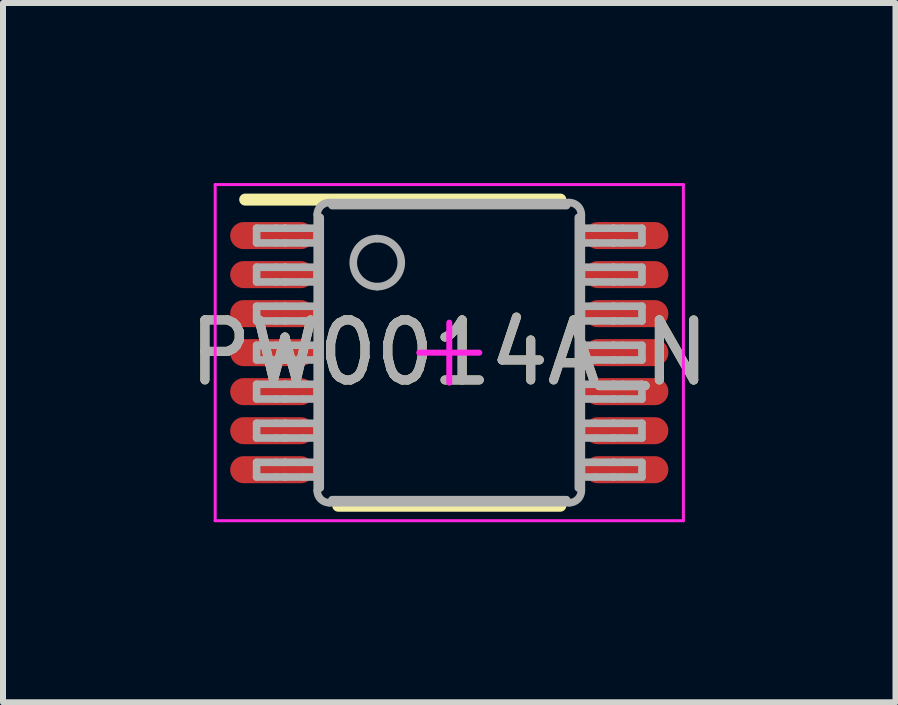
<source format=kicad_pcb>
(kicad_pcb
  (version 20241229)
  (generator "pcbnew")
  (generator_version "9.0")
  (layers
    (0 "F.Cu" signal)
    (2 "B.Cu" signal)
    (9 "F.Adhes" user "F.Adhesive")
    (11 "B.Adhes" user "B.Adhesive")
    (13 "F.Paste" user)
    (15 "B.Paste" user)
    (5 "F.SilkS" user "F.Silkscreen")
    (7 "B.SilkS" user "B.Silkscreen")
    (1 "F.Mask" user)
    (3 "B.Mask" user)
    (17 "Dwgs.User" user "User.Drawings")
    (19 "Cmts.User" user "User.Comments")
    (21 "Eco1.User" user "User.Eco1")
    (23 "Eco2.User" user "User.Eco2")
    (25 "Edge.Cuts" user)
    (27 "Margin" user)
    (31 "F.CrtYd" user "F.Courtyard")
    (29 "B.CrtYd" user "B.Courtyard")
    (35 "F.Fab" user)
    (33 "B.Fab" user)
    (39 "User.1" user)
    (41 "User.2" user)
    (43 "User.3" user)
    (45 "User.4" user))
  (footprint "PW0014A_N"
    (layer "F.Cu")
    (at 4.435 2.825)
    (property "Reference" "PW0014A_N" (at 0 0 0) (unlocked yes) (layer "F.SilkS") (effects (font (size 1 1) (thickness 0.15))))
    (attr smd)
    (fp_line (start -3.4 -2.55) (end 1.85 -2.55) (stroke (width 0.2) (type solid)) (layer "F.SilkS"))
    (fp_line (start -1.85 2.55) (end 1.85 2.55) (stroke (width 0.2) (type solid)) (layer "F.SilkS"))
    (fp_line (start -3.9 -2.8) (end 3.9 -2.8) (stroke (width 0.05) (type solid)) (layer "F.CrtYd"))
    (fp_line (start -3.9 2.8) (end -3.9 -2.8) (stroke (width 0.05) (type solid)) (layer "F.CrtYd"))
    (fp_line (start -3.9 2.8) (end 3.9 2.8) (stroke (width 0.05) (type solid)) (layer "F.CrtYd"))
    (fp_line (start -0.5 0) (end 0.5 0) (stroke (width 0.1) (type solid)) (layer "F.CrtYd"))
    (fp_line (start -0.000003 0.5) (end -0.000003 -0.5) (stroke (width 0.1) (type solid)) (layer "F.CrtYd"))
    (fp_line (start 3.9 2.8) (end 3.9 -2.8) (stroke (width 0.05) (type solid)) (layer "F.CrtYd"))
    (fp_line (start -3.21 -2.073) (end -2.887 -2.073) (stroke (width 0.127) (type solid)) (layer "F.Fab"))
    (fp_line (start -3.21 -1.828) (end -3.21 -2.073) (stroke (width 0.127) (type solid)) (layer "F.Fab"))
    (fp_line (start -3.21 -1.828) (end -2.887 -1.828) (stroke (width 0.127) (type solid)) (layer "F.Fab"))
    (fp_line (start -3.21 -1.423) (end -2.887 -1.423) (stroke (width 0.127) (type solid)) (layer "F.Fab"))
    (fp_line (start -3.21 -1.178) (end -3.21 -1.423) (stroke (width 0.127) (type solid)) (layer "F.Fab"))
    (fp_line (start -3.21 -1.178) (end -2.887 -1.178) (stroke (width 0.127) (type solid)) (layer "F.Fab"))
    (fp_line (start -3.21 -0.773) (end -2.887 -0.773) (stroke (width 0.127) (type solid)) (layer "F.Fab"))
    (fp_line (start -3.21 -0.528) (end -3.21 -0.773) (stroke (width 0.127) (type solid)) (layer "F.Fab"))
    (fp_line (start -3.21 -0.528) (end -2.887 -0.528) (stroke (width 0.127) (type solid)) (layer "F.Fab"))
    (fp_line (start -3.21 -0.123) (end -2.887 -0.123) (stroke (width 0.127) (type solid)) (layer "F.Fab"))
    (fp_line (start -3.21 0.122) (end -3.21 -0.123) (stroke (width 0.127) (type solid)) (layer "F.Fab"))
    (fp_line (start -3.21 0.122) (end -2.887 0.122) (stroke (width 0.127) (type solid)) (layer "F.Fab"))
    (fp_line (start -3.21 0.527) (end -2.887 0.527) (stroke (width 0.127) (type solid)) (layer "F.Fab"))
    (fp_line (start -3.21 0.772) (end -3.21 0.527) (stroke (width 0.127) (type solid)) (layer "F.Fab"))
    (fp_line (start -3.21 0.772) (end -2.887 0.772) (stroke (width 0.127) (type solid)) (layer "F.Fab"))
    (fp_line (start -3.21 1.177) (end -2.887 1.177) (stroke (width 0.127) (type solid)) (layer "F.Fab"))
    (fp_line (start -3.21 1.422) (end -3.21 1.177) (stroke (width 0.127) (type solid)) (layer "F.Fab"))
    (fp_line (start -3.21 1.422) (end -2.887 1.422) (stroke (width 0.127) (type solid)) (layer "F.Fab"))
    (fp_line (start -3.21 1.827) (end -2.887 1.827) (stroke (width 0.127) (type solid)) (layer "F.Fab"))
    (fp_line (start -3.21 2.072) (end -3.21 1.827) (stroke (width 0.127) (type solid)) (layer "F.Fab"))
    (fp_line (start -3.21 2.072) (end -2.887 2.072) (stroke (width 0.127) (type solid)) (layer "F.Fab"))
    (fp_line (start -2.887 -2.073) (end -2.739 -2.073) (stroke (width 0.127) (type solid)) (layer "F.Fab"))
    (fp_line (start -2.887 -1.828) (end -2.739 -1.828) (stroke (width 0.127) (type solid)) (layer "F.Fab"))
    (fp_line (start -2.887 -1.423) (end -2.739 -1.423) (stroke (width 0.127) (type solid)) (layer "F.Fab"))
    (fp_line (start -2.887 -1.178) (end -2.739 -1.178) (stroke (width 0.127) (type solid)) (layer "F.Fab"))
    (fp_line (start -2.887 -0.773) (end -2.739 -0.773) (stroke (width 0.127) (type solid)) (layer "F.Fab"))
    (fp_line (start -2.887 -0.528) (end -2.739 -0.528) (stroke (width 0.127) (type solid)) (layer "F.Fab"))
    (fp_line (start -2.887 -0.123) (end -2.739 -0.123) (stroke (width 0.127) (type solid)) (layer "F.Fab"))
    (fp_line (start -2.887 0.122) (end -2.739 0.122) (stroke (width 0.127) (type solid)) (layer "F.Fab"))
    (fp_line (start -2.887 0.527) (end -2.739 0.527) (stroke (width 0.127) (type solid)) (layer "F.Fab"))
    (fp_line (start -2.887 0.772) (end -2.739 0.772) (stroke (width 0.127) (type solid)) (layer "F.Fab"))
    (fp_line (start -2.887 1.177) (end -2.739 1.177) (stroke (width 0.127) (type solid)) (layer "F.Fab"))
    (fp_line (start -2.887 1.422) (end -2.739 1.422) (stroke (width 0.127) (type solid)) (layer "F.Fab"))
    (fp_line (start -2.887 1.827) (end -2.739 1.827) (stroke (width 0.127) (type solid)) (layer "F.Fab"))
    (fp_line (start -2.887 2.072) (end -2.739 2.072) (stroke (width 0.127) (type solid)) (layer "F.Fab"))
    (fp_line (start -2.739 -2.073) (end -2.733 -2.073) (stroke (width 0.127) (type solid)) (layer "F.Fab"))
    (fp_line (start -2.739 -1.828) (end -2.733 -1.828) (stroke (width 0.127) (type solid)) (layer "F.Fab"))
    (fp_line (start -2.739 -1.423) (end -2.733 -1.423) (stroke (width 0.127) (type solid)) (layer "F.Fab"))
    (fp_line (start -2.739 -1.178) (end -2.733 -1.178) (stroke (width 0.127) (type solid)) (layer "F.Fab"))
    (fp_line (start -2.739 -0.773) (end -2.733 -0.773) (stroke (width 0.127) (type solid)) (layer "F.Fab"))
    (fp_line (start -2.739 -0.528) (end -2.733 -0.528) (stroke (width 0.127) (type solid)) (layer "F.Fab"))
    (fp_line (start -2.739 -0.123) (end -2.733 -0.123) (stroke (width 0.127) (type solid)) (layer "F.Fab"))
    (fp_line (start -2.739 0.122) (end -2.733 0.122) (stroke (width 0.127) (type solid)) (layer "F.Fab"))
    (fp_line (start -2.739 0.527) (end -2.733 0.527) (stroke (width 0.127) (type solid)) (layer "F.Fab"))
    (fp_line (start -2.739 0.772) (end -2.733 0.772) (stroke (width 0.127) (type solid)) (layer "F.Fab"))
    (fp_line (start -2.739 1.177) (end -2.733 1.177) (stroke (width 0.127) (type solid)) (layer "F.Fab"))
    (fp_line (start -2.739 1.422) (end -2.733 1.422) (stroke (width 0.127) (type solid)) (layer "F.Fab"))
    (fp_line (start -2.739 1.827) (end -2.733 1.827) (stroke (width 0.127) (type solid)) (layer "F.Fab"))
    (fp_line (start -2.739 2.072) (end -2.733 2.072) (stroke (width 0.127) (type solid)) (layer "F.Fab"))
    (fp_line (start -2.733 -2.073) (end -2.431 -2.073) (stroke (width 0.127) (type solid)) (layer "F.Fab"))
    (fp_line (start -2.733 -1.828) (end -2.431 -1.828) (stroke (width 0.127) (type solid)) (layer "F.Fab"))
    (fp_line (start -2.733 -1.423) (end -2.431 -1.423) (stroke (width 0.127) (type solid)) (layer "F.Fab"))
    (fp_line (start -2.733 -1.178) (end -2.431 -1.178) (stroke (width 0.127) (type solid)) (layer "F.Fab"))
    (fp_line (start -2.733 -0.773) (end -2.431 -0.773) (stroke (width 0.127) (type solid)) (layer "F.Fab"))
    (fp_line (start -2.733 -0.528) (end -2.431 -0.528) (stroke (width 0.127) (type solid)) (layer "F.Fab"))
    (fp_line (start -2.733 -0.123) (end -2.431 -0.123) (stroke (width 0.127) (type solid)) (layer "F.Fab"))
    (fp_line (start -2.733 0.122) (end -2.431 0.122) (stroke (width 0.127) (type solid)) (layer "F.Fab"))
    (fp_line (start -2.733 0.527) (end -2.431 0.527) (stroke (width 0.127) (type solid)) (layer "F.Fab"))
    (fp_line (start -2.733 0.772) (end -2.431 0.772) (stroke (width 0.127) (type solid)) (layer "F.Fab"))
    (fp_line (start -2.733 1.177) (end -2.431 1.177) (stroke (width 0.127) (type solid)) (layer "F.Fab"))
    (fp_line (start -2.733 1.422) (end -2.431 1.422) (stroke (width 0.127) (type solid)) (layer "F.Fab"))
    (fp_line (start -2.733 1.827) (end -2.431 1.827) (stroke (width 0.127) (type solid)) (layer "F.Fab"))
    (fp_line (start -2.733 2.072) (end -2.431 2.072) (stroke (width 0.127) (type solid)) (layer "F.Fab"))
    (fp_line (start -2.431 -2.073) (end -2.2 -2.073) (stroke (width 0.127) (type solid)) (layer "F.Fab"))
    (fp_line (start -2.431 -1.828) (end -2.2 -1.828) (stroke (width 0.127) (type solid)) (layer "F.Fab"))
    (fp_line (start -2.431 -1.423) (end -2.2 -1.423) (stroke (width 0.127) (type solid)) (layer "F.Fab"))
    (fp_line (start -2.431 -1.178) (end -2.2 -1.178) (stroke (width 0.127) (type solid)) (layer "F.Fab"))
    (fp_line (start -2.431 -0.773) (end -2.2 -0.773) (stroke (width 0.127) (type solid)) (layer "F.Fab"))
    (fp_line (start -2.431 -0.528) (end -2.2 -0.528) (stroke (width 0.127) (type solid)) (layer "F.Fab"))
    (fp_line (start -2.431 -0.123) (end -2.2 -0.123) (stroke (width 0.127) (type solid)) (layer "F.Fab"))
    (fp_line (start -2.431 0.122) (end -2.2 0.122) (stroke (width 0.127) (type solid)) (layer "F.Fab"))
    (fp_line (start -2.431 0.527) (end -2.2 0.527) (stroke (width 0.127) (type solid)) (layer "F.Fab"))
    (fp_line (start -2.431 0.772) (end -2.2 0.772) (stroke (width 0.127) (type solid)) (layer "F.Fab"))
    (fp_line (start -2.431 1.177) (end -2.2 1.177) (stroke (width 0.127) (type solid)) (layer "F.Fab"))
    (fp_line (start -2.431 1.422) (end -2.2 1.422) (stroke (width 0.127) (type solid)) (layer "F.Fab"))
    (fp_line (start -2.431 1.827) (end -2.2 1.827) (stroke (width 0.127) (type solid)) (layer "F.Fab"))
    (fp_line (start -2.431 2.072) (end -2.2 2.072) (stroke (width 0.127) (type solid)) (layer "F.Fab"))
    (fp_line (start -2.2 -1.828) (end -2.2 -2.073) (stroke (width 0.127) (type solid)) (layer "F.Fab"))
    (fp_line (start -2.2 -1.178) (end -2.2 -1.423) (stroke (width 0.127) (type solid)) (layer "F.Fab"))
    (fp_line (start -2.2 -0.528) (end -2.2 -0.773) (stroke (width 0.127) (type solid)) (layer "F.Fab"))
    (fp_line (start -2.2 0.122) (end -2.2 -0.123) (stroke (width 0.127) (type solid)) (layer "F.Fab"))
    (fp_line (start -2.2 0.772) (end -2.2 0.527) (stroke (width 0.127) (type solid)) (layer "F.Fab"))
    (fp_line (start -2.2 1.422) (end -2.2 1.177) (stroke (width 0.127) (type solid)) (layer "F.Fab"))
    (fp_line (start -2.2 2.072) (end -2.2 1.827) (stroke (width 0.127) (type solid)) (layer "F.Fab"))
    (fp_line (start -2.2 2.3) (end -2.2 -2.3) (stroke (width 0.127) (type solid)) (layer "F.Fab"))
    (fp_line (start -2.15 2.254) (end -2.15 -2.254) (stroke (width 0.127) (type solid)) (layer "F.Fab"))
    (fp_line (start -2 -2.5) (end 2 -2.5) (stroke (width 0.127) (type solid)) (layer "F.Fab"))
    (fp_line (start -2 2.5) (end 2 2.5) (stroke (width 0.127) (type solid)) (layer "F.Fab"))
    (fp_line (start -1.954 -2.45) (end 1.954 -2.45) (stroke (width 0.127) (type solid)) (layer "F.Fab"))
    (fp_line (start -1.954 2.45) (end 1.954 2.45) (stroke (width 0.127) (type solid)) (layer "F.Fab"))
    (fp_line (start 2.15 2.254) (end 2.15 -2.254) (stroke (width 0.127) (type solid)) (layer "F.Fab"))
    (fp_line (start 2.2 -2.073) (end 2.43 -2.073) (stroke (width 0.127) (type solid)) (layer "F.Fab"))
    (fp_line (start 2.2 -1.828) (end 2.2 -2.073) (stroke (width 0.127) (type solid)) (layer "F.Fab"))
    (fp_line (start 2.2 -1.828) (end 2.43 -1.828) (stroke (width 0.127) (type solid)) (layer "F.Fab"))
    (fp_line (start 2.2 -1.423) (end 2.43 -1.423) (stroke (width 0.127) (type solid)) (layer "F.Fab"))
    (fp_line (start 2.2 -1.178) (end 2.2 -1.423) (stroke (width 0.127) (type solid)) (layer "F.Fab"))
    (fp_line (start 2.2 -1.178) (end 2.43 -1.178) (stroke (width 0.127) (type solid)) (layer "F.Fab"))
    (fp_line (start 2.2 -0.773) (end 2.43 -0.773) (stroke (width 0.127) (type solid)) (layer "F.Fab"))
    (fp_line (start 2.2 -0.528) (end 2.2 -0.773) (stroke (width 0.127) (type solid)) (layer "F.Fab"))
    (fp_line (start 2.2 -0.528) (end 2.43 -0.528) (stroke (width 0.127) (type solid)) (layer "F.Fab"))
    (fp_line (start 2.2 -0.123) (end 2.43 -0.123) (stroke (width 0.127) (type solid)) (layer "F.Fab"))
    (fp_line (start 2.2 0.122) (end 2.2 -0.123) (stroke (width 0.127) (type solid)) (layer "F.Fab"))
    (fp_line (start 2.2 0.122) (end 2.43 0.122) (stroke (width 0.127) (type solid)) (layer "F.Fab"))
    (fp_line (start 2.2 0.527) (end 2.43 0.527) (stroke (width 0.127) (type solid)) (layer "F.Fab"))
    (fp_line (start 2.2 0.772) (end 2.2 0.527) (stroke (width 0.127) (type solid)) (layer "F.Fab"))
    (fp_line (start 2.2 0.772) (end 2.43 0.772) (stroke (width 0.127) (type solid)) (layer "F.Fab"))
    (fp_line (start 2.2 1.177) (end 2.43 1.177) (stroke (width 0.127) (type solid)) (layer "F.Fab"))
    (fp_line (start 2.2 1.422) (end 2.2 1.177) (stroke (width 0.127) (type solid)) (layer "F.Fab"))
    (fp_line (start 2.2 1.422) (end 2.43 1.422) (stroke (width 0.127) (type solid)) (layer "F.Fab"))
    (fp_line (start 2.2 1.827) (end 2.43 1.827) (stroke (width 0.127) (type solid)) (layer "F.Fab"))
    (fp_line (start 2.2 2.072) (end 2.2 1.827) (stroke (width 0.127) (type solid)) (layer "F.Fab"))
    (fp_line (start 2.2 2.072) (end 2.43 2.072) (stroke (width 0.127) (type solid)) (layer "F.Fab"))
    (fp_line (start 2.2 2.3) (end 2.2 -2.3) (stroke (width 0.127) (type solid)) (layer "F.Fab"))
    (fp_line (start 2.43 -2.073) (end 2.733 -2.073) (stroke (width 0.127) (type solid)) (layer "F.Fab"))
    (fp_line (start 2.43 -1.828) (end 2.733 -1.828) (stroke (width 0.127) (type solid)) (layer "F.Fab"))
    (fp_line (start 2.43 -1.423) (end 2.733 -1.423) (stroke (width 0.127) (type solid)) (layer "F.Fab"))
    (fp_line (start 2.43 -1.178) (end 2.733 -1.178) (stroke (width 0.127) (type solid)) (layer "F.Fab"))
    (fp_line (start 2.43 -0.773) (end 2.733 -0.773) (stroke (width 0.127) (type solid)) (layer "F.Fab"))
    (fp_line (start 2.43 -0.528) (end 2.733 -0.528) (stroke (width 0.127) (type solid)) (layer "F.Fab"))
    (fp_line (start 2.43 -0.123) (end 2.733 -0.123) (stroke (width 0.127) (type solid)) (layer "F.Fab"))
    (fp_line (start 2.43 0.122) (end 2.733 0.122) (stroke (width 0.127) (type solid)) (layer "F.Fab"))
    (fp_line (start 2.43 0.527) (end 2.733 0.527) (stroke (width 0.127) (type solid)) (layer "F.Fab"))
    (fp_line (start 2.43 0.772) (end 2.733 0.772) (stroke (width 0.127) (type solid)) (layer "F.Fab"))
    (fp_line (start 2.43 1.177) (end 2.733 1.177) (stroke (width 0.127) (type solid)) (layer "F.Fab"))
    (fp_line (start 2.43 1.422) (end 2.733 1.422) (stroke (width 0.127) (type solid)) (layer "F.Fab"))
    (fp_line (start 2.43 1.827) (end 2.733 1.827) (stroke (width 0.127) (type solid)) (layer "F.Fab"))
    (fp_line (start 2.43 2.072) (end 2.733 2.072) (stroke (width 0.127) (type solid)) (layer "F.Fab"))
    (fp_line (start 2.733 -2.073) (end 2.739 -2.073) (stroke (width 0.127) (type solid)) (layer "F.Fab"))
    (fp_line (start 2.733 -1.828) (end 2.739 -1.828) (stroke (width 0.127) (type solid)) (layer "F.Fab"))
    (fp_line (start 2.733 -1.423) (end 2.739 -1.423) (stroke (width 0.127) (type solid)) (layer "F.Fab"))
    (fp_line (start 2.733 -1.178) (end 2.739 -1.178) (stroke (width 0.127) (type solid)) (layer "F.Fab"))
    (fp_line (start 2.733 -0.773) (end 2.739 -0.773) (stroke (width 0.127) (type solid)) (layer "F.Fab"))
    (fp_line (start 2.733 -0.528) (end 2.739 -0.528) (stroke (width 0.127) (type solid)) (layer "F.Fab"))
    (fp_line (start 2.733 -0.123) (end 2.739 -0.123) (stroke (width 0.127) (type solid)) (layer "F.Fab"))
    (fp_line (start 2.733 0.122) (end 2.739 0.122) (stroke (width 0.127) (type solid)) (layer "F.Fab"))
    (fp_line (start 2.733 0.527) (end 2.739 0.527) (stroke (width 0.127) (type solid)) (layer "F.Fab"))
    (fp_line (start 2.733 0.772) (end 2.739 0.772) (stroke (width 0.127) (type solid)) (layer "F.Fab"))
    (fp_line (start 2.733 1.177) (end 2.739 1.177) (stroke (width 0.127) (type solid)) (layer "F.Fab"))
    (fp_line (start 2.733 1.422) (end 2.739 1.422) (stroke (width 0.127) (type solid)) (layer "F.Fab"))
    (fp_line (start 2.733 1.827) (end 2.739 1.827) (stroke (width 0.127) (type solid)) (layer "F.Fab"))
    (fp_line (start 2.733 2.072) (end 2.739 2.072) (stroke (width 0.127) (type solid)) (layer "F.Fab"))
    (fp_line (start 2.739 -2.073) (end 2.887 -2.073) (stroke (width 0.127) (type solid)) (layer "F.Fab"))
    (fp_line (start 2.739 -1.828) (end 2.887 -1.828) (stroke (width 0.127) (type solid)) (layer "F.Fab"))
    (fp_line (start 2.739 -1.423) (end 2.887 -1.423) (stroke (width 0.127) (type solid)) (layer "F.Fab"))
    (fp_line (start 2.739 -1.178) (end 2.887 -1.178) (stroke (width 0.127) (type solid)) (layer "F.Fab"))
    (fp_line (start 2.739 -0.773) (end 2.887 -0.773) (stroke (width 0.127) (type solid)) (layer "F.Fab"))
    (fp_line (start 2.739 -0.528) (end 2.887 -0.528) (stroke (width 0.127) (type solid)) (layer "F.Fab"))
    (fp_line (start 2.739 -0.123) (end 2.887 -0.123) (stroke (width 0.127) (type solid)) (layer "F.Fab"))
    (fp_line (start 2.739 0.122) (end 2.887 0.122) (stroke (width 0.127) (type solid)) (layer "F.Fab"))
    (fp_line (start 2.739 0.527) (end 2.887 0.527) (stroke (width 0.127) (type solid)) (layer "F.Fab"))
    (fp_line (start 2.739 0.772) (end 2.887 0.772) (stroke (width 0.127) (type solid)) (layer "F.Fab"))
    (fp_line (start 2.739 1.177) (end 2.887 1.177) (stroke (width 0.127) (type solid)) (layer "F.Fab"))
    (fp_line (start 2.739 1.422) (end 2.887 1.422) (stroke (width 0.127) (type solid)) (layer "F.Fab"))
    (fp_line (start 2.739 1.827) (end 2.887 1.827) (stroke (width 0.127) (type solid)) (layer "F.Fab"))
    (fp_line (start 2.739 2.072) (end 2.887 2.072) (stroke (width 0.127) (type solid)) (layer "F.Fab"))
    (fp_line (start 2.887 -2.073) (end 3.21 -2.073) (stroke (width 0.127) (type solid)) (layer "F.Fab"))
    (fp_line (start 2.887 -1.828) (end 3.21 -1.828) (stroke (width 0.127) (type solid)) (layer "F.Fab"))
    (fp_line (start 2.887 -1.423) (end 3.21 -1.423) (stroke (width 0.127) (type solid)) (layer "F.Fab"))
    (fp_line (start 2.887 -1.178) (end 3.21 -1.178) (stroke (width 0.127) (type solid)) (layer "F.Fab"))
    (fp_line (start 2.887 -0.773) (end 3.21 -0.773) (stroke (width 0.127) (type solid)) (layer "F.Fab"))
    (fp_line (start 2.887 -0.528) (end 3.21 -0.528) (stroke (width 0.127) (type solid)) (layer "F.Fab"))
    (fp_line (start 2.887 -0.123) (end 3.21 -0.123) (stroke (width 0.127) (type solid)) (layer "F.Fab"))
    (fp_line (start 2.887 0.122) (end 3.21 0.122) (stroke (width 0.127) (type solid)) (layer "F.Fab"))
    (fp_line (start 2.887 0.527) (end 3.21 0.527) (stroke (width 0.127) (type solid)) (layer "F.Fab"))
    (fp_line (start 2.887 0.772) (end 3.21 0.772) (stroke (width 0.127) (type solid)) (layer "F.Fab"))
    (fp_line (start 2.887 1.177) (end 3.21 1.177) (stroke (width 0.127) (type solid)) (layer "F.Fab"))
    (fp_line (start 2.887 1.422) (end 3.21 1.422) (stroke (width 0.127) (type solid)) (layer "F.Fab"))
    (fp_line (start 2.887 1.827) (end 3.21 1.827) (stroke (width 0.127) (type solid)) (layer "F.Fab"))
    (fp_line (start 2.887 2.072) (end 3.21 2.072) (stroke (width 0.127) (type solid)) (layer "F.Fab"))
    (fp_line (start 3.21 -1.828) (end 3.21 -2.073) (stroke (width 0.127) (type solid)) (layer "F.Fab"))
    (fp_line (start 3.21 -1.178) (end 3.21 -1.423) (stroke (width 0.127) (type solid)) (layer "F.Fab"))
    (fp_line (start 3.21 -0.528) (end 3.21 -0.773) (stroke (width 0.127) (type solid)) (layer "F.Fab"))
    (fp_line (start 3.21 0.122) (end 3.21 -0.123) (stroke (width 0.127) (type solid)) (layer "F.Fab"))
    (fp_line (start 3.21 0.772) (end 3.21 0.527) (stroke (width 0.127) (type solid)) (layer "F.Fab"))
    (fp_line (start 3.21 1.422) (end 3.21 1.177) (stroke (width 0.127) (type solid)) (layer "F.Fab"))
    (fp_line (start 3.21 2.072) (end 3.21 1.827) (stroke (width 0.127) (type solid)) (layer "F.Fab"))
    (fp_arc (start -2.200001 -2.3) (mid -2.141422 -2.441421) (end -2.000001 -2.5) (stroke (width 0.127) (type solid)) (layer "F.Fab"))
    (fp_arc (start -2.000001 2.49999) (mid -2.141422 2.441412) (end -2.200001 2.29999) (stroke (width 0.127) (type solid)) (layer "F.Fab"))
    (fp_arc (start -1.200003 -1.900001) (mid -0.800003 -1.500002) (end -1.200003 -1.100003) (stroke (width 0.127) (type solid)) (layer "F.Fab"))
    (fp_arc (start -1.200003 -1.100003) (mid -1.600002 -1.500002) (end -1.200003 -1.900001) (stroke (width 0.127) (type solid)) (layer "F.Fab"))
    (fp_arc (start 1.999991 -2.5) (mid 2.141412 -2.441422) (end 2.199991 -2.3) (stroke (width 0.127) (type solid)) (layer "F.Fab"))
    (fp_arc (start 2.199991 2.29999) (mid 2.141412 2.441411) (end 1.999991 2.49999) (stroke (width 0.127) (type solid)) (layer "F.Fab"))
    (fp_text user "${REFERENCE}" (at 0 0 0) (unlocked yes) (layer "F.Fab") (effects (font (size 1 1) (thickness 0.15))))
    (pad "1" smd oval (at -2.95 -1.95 90) (size 0.45 1.4) (layers "F.Cu" "F.Mask" "F.Paste"))
    (pad "2" smd oval (at -2.95 -1.3 90) (size 0.45 1.4) (layers "F.Cu" "F.Mask" "F.Paste"))
    (pad "3" smd oval (at -2.95 -0.65 90) (size 0.45 1.4) (layers "F.Cu" "F.Mask" "F.Paste"))
    (pad "4" smd oval (at -2.95 0 90) (size 0.45 1.4) (layers "F.Cu" "F.Mask" "F.Paste"))
    (pad "5" smd oval (at -2.95 0.65 90) (size 0.45 1.4) (layers "F.Cu" "F.Mask" "F.Paste"))
    (pad "6" smd oval (at -2.95 1.3 90) (size 0.45 1.4) (layers "F.Cu" "F.Mask" "F.Paste"))
    (pad "7" smd oval (at -2.95 1.95 90) (size 0.45 1.4) (layers "F.Cu" "F.Mask" "F.Paste"))
    (pad "8" smd oval (at 2.95 1.95 90) (size 0.45 1.4) (layers "F.Cu" "F.Mask" "F.Paste"))
    (pad "9" smd oval (at 2.95 1.3 90) (size 0.45 1.4) (layers "F.Cu" "F.Mask" "F.Paste"))
    (pad "10" smd oval (at 2.95 0.65 90) (size 0.45 1.4) (layers "F.Cu" "F.Mask" "F.Paste"))
    (pad "11" smd oval (at 2.95 0 90) (size 0.45 1.4) (layers "F.Cu" "F.Mask" "F.Paste"))
    (pad "12" smd oval (at 2.95 -0.65 90) (size 0.45 1.4) (layers "F.Cu" "F.Mask" "F.Paste"))
    (pad "13" smd oval (at 2.95 -1.3 90) (size 0.45 1.4) (layers "F.Cu" "F.Mask" "F.Paste"))
    (pad "14" smd oval (at 2.95 -1.95 90) (size 0.45 1.4) (layers "F.Cu" "F.Mask" "F.Paste")))
  (gr_rect
    (start -3 -3)
    (end 11.869 8.65)
    (stroke (width 0.1) (type default))
    (fill no)
    (layer "Edge.Cuts")))
</source>
